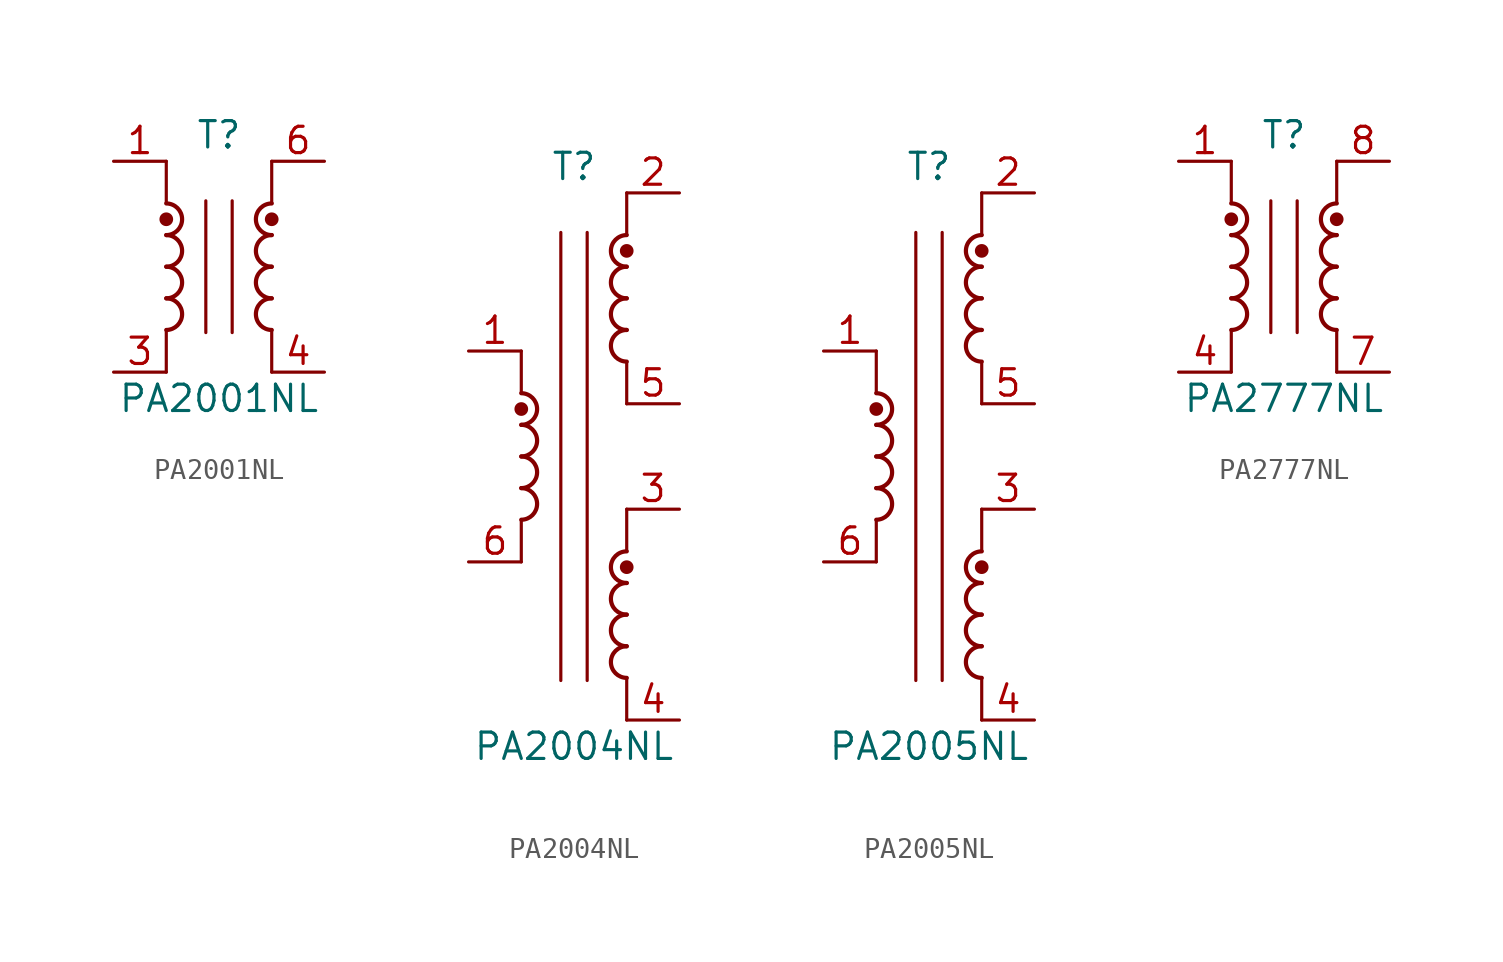
<source format=kicad_sym>
(kicad_symbol_lib
  (version 20231120)
  (generator "kicad_symbol_editor")
  (generator_version "8.0")
  (symbol "PA2001NL"
    (pin_names hide)
    (property "Reference" "T"
      (at 0 6.35 0)
      (effects (font (size 1.27 1.27))))
    (property "Value" "PA2001NL"
      (at 0 -6.35 0)
      (effects (font (size 1.27 1.27))))
    (symbol "PA2001NL_0_1"
      (arc (start -2.54 -3.048) (mid -1.7813 -2.286) (end -2.54 -1.524) (stroke (width 0.2032) (type default)) (fill (type none)))
      (arc (start -2.54 -1.524) (mid -1.7813 -0.762) (end -2.54 0) (stroke (width 0.2032) (type default)) (fill (type none)))
      (arc (start -2.54 0) (mid -1.7813 0.762) (end -2.54 1.524) (stroke (width 0.2032) (type default)) (fill (type none)))
      (circle (center -2.54 2.286) (radius 0.254) (stroke (width 0) (type default)) (fill (type outline)))
      (polyline (pts (xy -2.54 -3.048) (xy -2.54 -5.08)) (stroke (width 0) (type default)) (fill (type none)))
      (polyline (pts (xy -2.54 5.08) (xy -2.54 3.048)) (stroke (width 0) (type default)) (fill (type none)))
      (polyline (pts (xy -0.635 3.175) (xy -0.635 -3.175)) (stroke (width 0) (type default)) (fill (type none)))
      (polyline (pts (xy 0.635 3.175) (xy 0.635 -3.175)) (stroke (width 0) (type default)) (fill (type none)))
      (polyline (pts (xy 2.54 -3.048) (xy 2.54 -5.08)) (stroke (width 0) (type default)) (fill (type none)))
      (polyline (pts (xy 2.54 5.08) (xy 2.54 3.048)) (stroke (width 0) (type default)) (fill (type none)))
      (arc (start 2.54 -1.524) (mid 1.7813 -2.286) (end 2.54 -3.048) (stroke (width 0.2032) (type default)) (fill (type none)))
      (arc (start 2.54 0) (mid 1.7813 -0.762) (end 2.54 -1.524) (stroke (width 0.2032) (type default)) (fill (type none)))
      (arc (start 2.54 1.524) (mid 1.7813 0.762) (end 2.54 0) (stroke (width 0.2032) (type default)) (fill (type none)))
      (circle (center 2.54 2.286) (radius 0.254) (stroke (width 0) (type default)) (fill (type outline)))
      (arc (start 2.54 3.048) (mid 1.7813 2.286) (end 2.54 1.524) (stroke (width 0.2032) (type default)) (fill (type none))))
    (symbol "PA2001NL_1_1"
      (arc (start -2.54 1.524) (mid -1.7813 2.286) (end -2.54 3.048) (stroke (width 0.2032) (type default)) (fill (type none)))
      (pin passive line (at -5.08 5.08 0) (length 2.54) (name "~" (effects (font (size 1.27 1.27)))) (number "1" (effects (font (size 1.27 1.27)))))
      (pin passive line (at -5.08 -5.08 0) (length 2.54) (name "~" (effects (font (size 1.27 1.27)))) (number "3" (effects (font (size 1.27 1.27)))))
      (pin passive line (at 5.08 -5.08 180) (length 2.54) (name "~" (effects (font (size 1.27 1.27)))) (number "4" (effects (font (size 1.27 1.27)))))
      (pin passive line (at 5.08 5.08 180) (length 2.54) (name "~" (effects (font (size 1.27 1.27)))) (number "6" (effects (font (size 1.27 1.27)))))))
  (symbol "PA2004NL"
    (pin_names hide)
    (property "Reference" "T"
      (at 0 13.97 0)
      (effects (font (size 1.27 1.27))))
    (property "Value" "PA2004NL"
      (at 0 -13.97 0)
      (effects (font (size 1.27 1.27))))
    (symbol "PA2004NL_0_1"
      (arc (start -2.54 -3.048) (mid -1.7813 -2.286) (end -2.54 -1.524) (stroke (width 0.2032) (type default)) (fill (type none)))
      (arc (start -2.54 -1.524) (mid -1.7813 -0.762) (end -2.54 0) (stroke (width 0.2032) (type default)) (fill (type none)))
      (arc (start -2.54 0) (mid -1.7813 0.762) (end -2.54 1.524) (stroke (width 0.2032) (type default)) (fill (type none)))
      (circle (center -2.54 2.286) (radius 0.254) (stroke (width 0) (type default)) (fill (type outline)))
      (polyline (pts (xy -2.54 -3.048) (xy -2.54 -5.08)) (stroke (width 0) (type default)) (fill (type none)))
      (polyline (pts (xy -2.54 5.08) (xy -2.54 3.048)) (stroke (width 0) (type default)) (fill (type none)))
      (polyline (pts (xy -0.635 10.795) (xy -0.635 -10.795)) (stroke (width 0) (type default)) (fill (type none)))
      (polyline (pts (xy 0.635 10.795) (xy 0.635 -10.795)) (stroke (width 0) (type default)) (fill (type none)))
      (polyline (pts (xy 2.54 -10.668) (xy 2.54 -12.7)) (stroke (width 0) (type default)) (fill (type none)))
      (polyline (pts (xy 2.54 -2.54) (xy 2.54 -4.572)) (stroke (width 0) (type default)) (fill (type none)))
      (polyline (pts (xy 2.54 4.572) (xy 2.54 2.54)) (stroke (width 0) (type default)) (fill (type none)))
      (polyline (pts (xy 2.54 12.7) (xy 2.54 10.668)) (stroke (width 0) (type default)) (fill (type none)))
      (arc (start 2.54 -9.144) (mid 1.7813 -9.906) (end 2.54 -10.668) (stroke (width 0.2032) (type default)) (fill (type none)))
      (arc (start 2.54 -7.62) (mid 1.7813 -8.382) (end 2.54 -9.144) (stroke (width 0.2032) (type default)) (fill (type none)))
      (arc (start 2.54 -6.096) (mid 1.7813 -6.858) (end 2.54 -7.62) (stroke (width 0.2032) (type default)) (fill (type none)))
      (circle (center 2.54 -5.334) (radius 0.254) (stroke (width 0) (type default)) (fill (type outline)))
      (arc (start 2.54 -4.572) (mid 1.7813 -5.334) (end 2.54 -6.096) (stroke (width 0.2032) (type default)) (fill (type none)))
      (arc (start 2.54 6.096) (mid 1.7813 5.334) (end 2.54 4.572) (stroke (width 0.2032) (type default)) (fill (type none)))
      (arc (start 2.54 7.62) (mid 1.7813 6.858) (end 2.54 6.096) (stroke (width 0.2032) (type default)) (fill (type none)))
      (arc (start 2.54 9.144) (mid 1.7813 8.382) (end 2.54 7.62) (stroke (width 0.2032) (type default)) (fill (type none)))
      (circle (center 2.54 9.906) (radius 0.254) (stroke (width 0) (type default)) (fill (type outline)))
      (arc (start 2.54 10.668) (mid 1.7813 9.906) (end 2.54 9.144) (stroke (width 0.2032) (type default)) (fill (type none))))
    (symbol "PA2004NL_1_1"
      (arc (start -2.54 1.524) (mid -1.7813 2.286) (end -2.54 3.048) (stroke (width 0.2032) (type default)) (fill (type none)))
      (pin passive line (at -5.08 5.08 0) (length 2.54) (name "~" (effects (font (size 1.27 1.27)))) (number "1" (effects (font (size 1.27 1.27)))))
      (pin passive line (at 5.08 12.7 180) (length 2.54) (name "~" (effects (font (size 1.27 1.27)))) (number "2" (effects (font (size 1.27 1.27)))))
      (pin passive line (at 5.08 -2.54 180) (length 2.54) (name "~" (effects (font (size 1.27 1.27)))) (number "3" (effects (font (size 1.27 1.27)))))
      (pin passive line (at 5.08 -12.7 180) (length 2.54) (name "~" (effects (font (size 1.27 1.27)))) (number "4" (effects (font (size 1.27 1.27)))))
      (pin passive line (at 5.08 2.54 180) (length 2.54) (name "~" (effects (font (size 1.27 1.27)))) (number "5" (effects (font (size 1.27 1.27)))))
      (pin passive line (at -5.08 -5.08 0) (length 2.54) (name "~" (effects (font (size 1.27 1.27)))) (number "6" (effects (font (size 1.27 1.27)))))))
  (symbol "PA2005NL"
    (pin_names hide)
    (property "Reference" "T"
      (at 0 13.97 0)
      (effects (font (size 1.27 1.27))))
    (property "Value" "PA2005NL"
      (at 0 -13.97 0)
      (effects (font (size 1.27 1.27))))
    (symbol "PA2005NL_0_1"
      (arc (start -2.54 -3.048) (mid -1.7813 -2.286) (end -2.54 -1.524) (stroke (width 0.2032) (type default)) (fill (type none)))
      (arc (start -2.54 -1.524) (mid -1.7813 -0.762) (end -2.54 0) (stroke (width 0.2032) (type default)) (fill (type none)))
      (arc (start -2.54 0) (mid -1.7813 0.762) (end -2.54 1.524) (stroke (width 0.2032) (type default)) (fill (type none)))
      (circle (center -2.54 2.286) (radius 0.254) (stroke (width 0) (type default)) (fill (type outline)))
      (polyline (pts (xy -2.54 -3.048) (xy -2.54 -5.08)) (stroke (width 0) (type default)) (fill (type none)))
      (polyline (pts (xy -2.54 5.08) (xy -2.54 3.048)) (stroke (width 0) (type default)) (fill (type none)))
      (polyline (pts (xy -0.635 10.795) (xy -0.635 -10.795)) (stroke (width 0) (type default)) (fill (type none)))
      (polyline (pts (xy 0.635 10.795) (xy 0.635 -10.795)) (stroke (width 0) (type default)) (fill (type none)))
      (polyline (pts (xy 2.54 -10.668) (xy 2.54 -12.7)) (stroke (width 0) (type default)) (fill (type none)))
      (polyline (pts (xy 2.54 -2.54) (xy 2.54 -4.572)) (stroke (width 0) (type default)) (fill (type none)))
      (polyline (pts (xy 2.54 4.572) (xy 2.54 2.54)) (stroke (width 0) (type default)) (fill (type none)))
      (polyline (pts (xy 2.54 12.7) (xy 2.54 10.668)) (stroke (width 0) (type default)) (fill (type none)))
      (arc (start 2.54 -9.144) (mid 1.7813 -9.906) (end 2.54 -10.668) (stroke (width 0.2032) (type default)) (fill (type none)))
      (arc (start 2.54 -7.62) (mid 1.7813 -8.382) (end 2.54 -9.144) (stroke (width 0.2032) (type default)) (fill (type none)))
      (arc (start 2.54 -6.096) (mid 1.7813 -6.858) (end 2.54 -7.62) (stroke (width 0.2032) (type default)) (fill (type none)))
      (circle (center 2.54 -5.334) (radius 0.254) (stroke (width 0) (type default)) (fill (type outline)))
      (arc (start 2.54 -4.572) (mid 1.7813 -5.334) (end 2.54 -6.096) (stroke (width 0.2032) (type default)) (fill (type none)))
      (arc (start 2.54 6.096) (mid 1.7813 5.334) (end 2.54 4.572) (stroke (width 0.2032) (type default)) (fill (type none)))
      (arc (start 2.54 7.62) (mid 1.7813 6.858) (end 2.54 6.096) (stroke (width 0.2032) (type default)) (fill (type none)))
      (arc (start 2.54 9.144) (mid 1.7813 8.382) (end 2.54 7.62) (stroke (width 0.2032) (type default)) (fill (type none)))
      (circle (center 2.54 9.906) (radius 0.254) (stroke (width 0) (type default)) (fill (type outline)))
      (arc (start 2.54 10.668) (mid 1.7813 9.906) (end 2.54 9.144) (stroke (width 0.2032) (type default)) (fill (type none))))
    (symbol "PA2005NL_1_1"
      (arc (start -2.54 1.524) (mid -1.7813 2.286) (end -2.54 3.048) (stroke (width 0.2032) (type default)) (fill (type none)))
      (pin passive line (at -5.08 5.08 0) (length 2.54) (name "~" (effects (font (size 1.27 1.27)))) (number "1" (effects (font (size 1.27 1.27)))))
      (pin passive line (at 5.08 12.7 180) (length 2.54) (name "~" (effects (font (size 1.27 1.27)))) (number "2" (effects (font (size 1.27 1.27)))))
      (pin passive line (at 5.08 -2.54 180) (length 2.54) (name "~" (effects (font (size 1.27 1.27)))) (number "3" (effects (font (size 1.27 1.27)))))
      (pin passive line (at 5.08 -12.7 180) (length 2.54) (name "~" (effects (font (size 1.27 1.27)))) (number "4" (effects (font (size 1.27 1.27)))))
      (pin passive line (at 5.08 2.54 180) (length 2.54) (name "~" (effects (font (size 1.27 1.27)))) (number "5" (effects (font (size 1.27 1.27)))))
      (pin passive line (at -5.08 -5.08 0) (length 2.54) (name "~" (effects (font (size 1.27 1.27)))) (number "6" (effects (font (size 1.27 1.27)))))))
  (symbol "PA2777NL"
    (pin_names hide)
    (property "Reference" "T"
      (at 0 6.35 0)
      (effects (font (size 1.27 1.27))))
    (property "Value" "PA2777NL"
      (at 0 -6.35 0)
      (effects (font (size 1.27 1.27))))
    (symbol "PA2777NL_0_1"
      (arc (start -2.54 -3.048) (mid -1.7813 -2.286) (end -2.54 -1.524) (stroke (width 0.2032) (type default)) (fill (type none)))
      (arc (start -2.54 -1.524) (mid -1.7813 -0.762) (end -2.54 0) (stroke (width 0.2032) (type default)) (fill (type none)))
      (arc (start -2.54 0) (mid -1.7813 0.762) (end -2.54 1.524) (stroke (width 0.2032) (type default)) (fill (type none)))
      (circle (center -2.54 2.286) (radius 0.254) (stroke (width 0) (type default)) (fill (type outline)))
      (polyline (pts (xy -2.54 -3.048) (xy -2.54 -5.08)) (stroke (width 0) (type default)) (fill (type none)))
      (polyline (pts (xy -2.54 5.08) (xy -2.54 3.048)) (stroke (width 0) (type default)) (fill (type none)))
      (polyline (pts (xy -0.635 3.175) (xy -0.635 -3.175)) (stroke (width 0) (type default)) (fill (type none)))
      (polyline (pts (xy 0.635 3.175) (xy 0.635 -3.175)) (stroke (width 0) (type default)) (fill (type none)))
      (polyline (pts (xy 2.54 -3.048) (xy 2.54 -5.08)) (stroke (width 0) (type default)) (fill (type none)))
      (polyline (pts (xy 2.54 5.08) (xy 2.54 3.048)) (stroke (width 0) (type default)) (fill (type none)))
      (arc (start 2.54 -1.524) (mid 1.7813 -2.286) (end 2.54 -3.048) (stroke (width 0.2032) (type default)) (fill (type none)))
      (arc (start 2.54 0) (mid 1.7813 -0.762) (end 2.54 -1.524) (stroke (width 0.2032) (type default)) (fill (type none)))
      (arc (start 2.54 1.524) (mid 1.7813 0.762) (end 2.54 0) (stroke (width 0.2032) (type default)) (fill (type none)))
      (circle (center 2.54 2.286) (radius 0.254) (stroke (width 0) (type default)) (fill (type outline)))
      (arc (start 2.54 3.048) (mid 1.7813 2.286) (end 2.54 1.524) (stroke (width 0.2032) (type default)) (fill (type none))))
    (symbol "PA2777NL_1_1"
      (arc (start -2.54 1.524) (mid -1.7813 2.286) (end -2.54 3.048) (stroke (width 0.2032) (type default)) (fill (type none)))
      (pin passive line (at -5.08 5.08 0) (length 2.54) (name "~" (effects (font (size 1.27 1.27)))) (number "1" (effects (font (size 1.27 1.27)))))
      (pin passive line (at -5.08 -5.08 0) (length 2.54) (name "~" (effects (font (size 1.27 1.27)))) (number "4" (effects (font (size 1.27 1.27)))))
      (pin passive line (at 5.08 -5.08 180) (length 2.54) (name "~" (effects (font (size 1.27 1.27)))) (number "7" (effects (font (size 1.27 1.27)))))
      (pin passive line (at 5.08 5.08 180) (length 2.54) (name "~" (effects (font (size 1.27 1.27)))) (number "8" (effects (font (size 1.27 1.27))))))))
</source>
